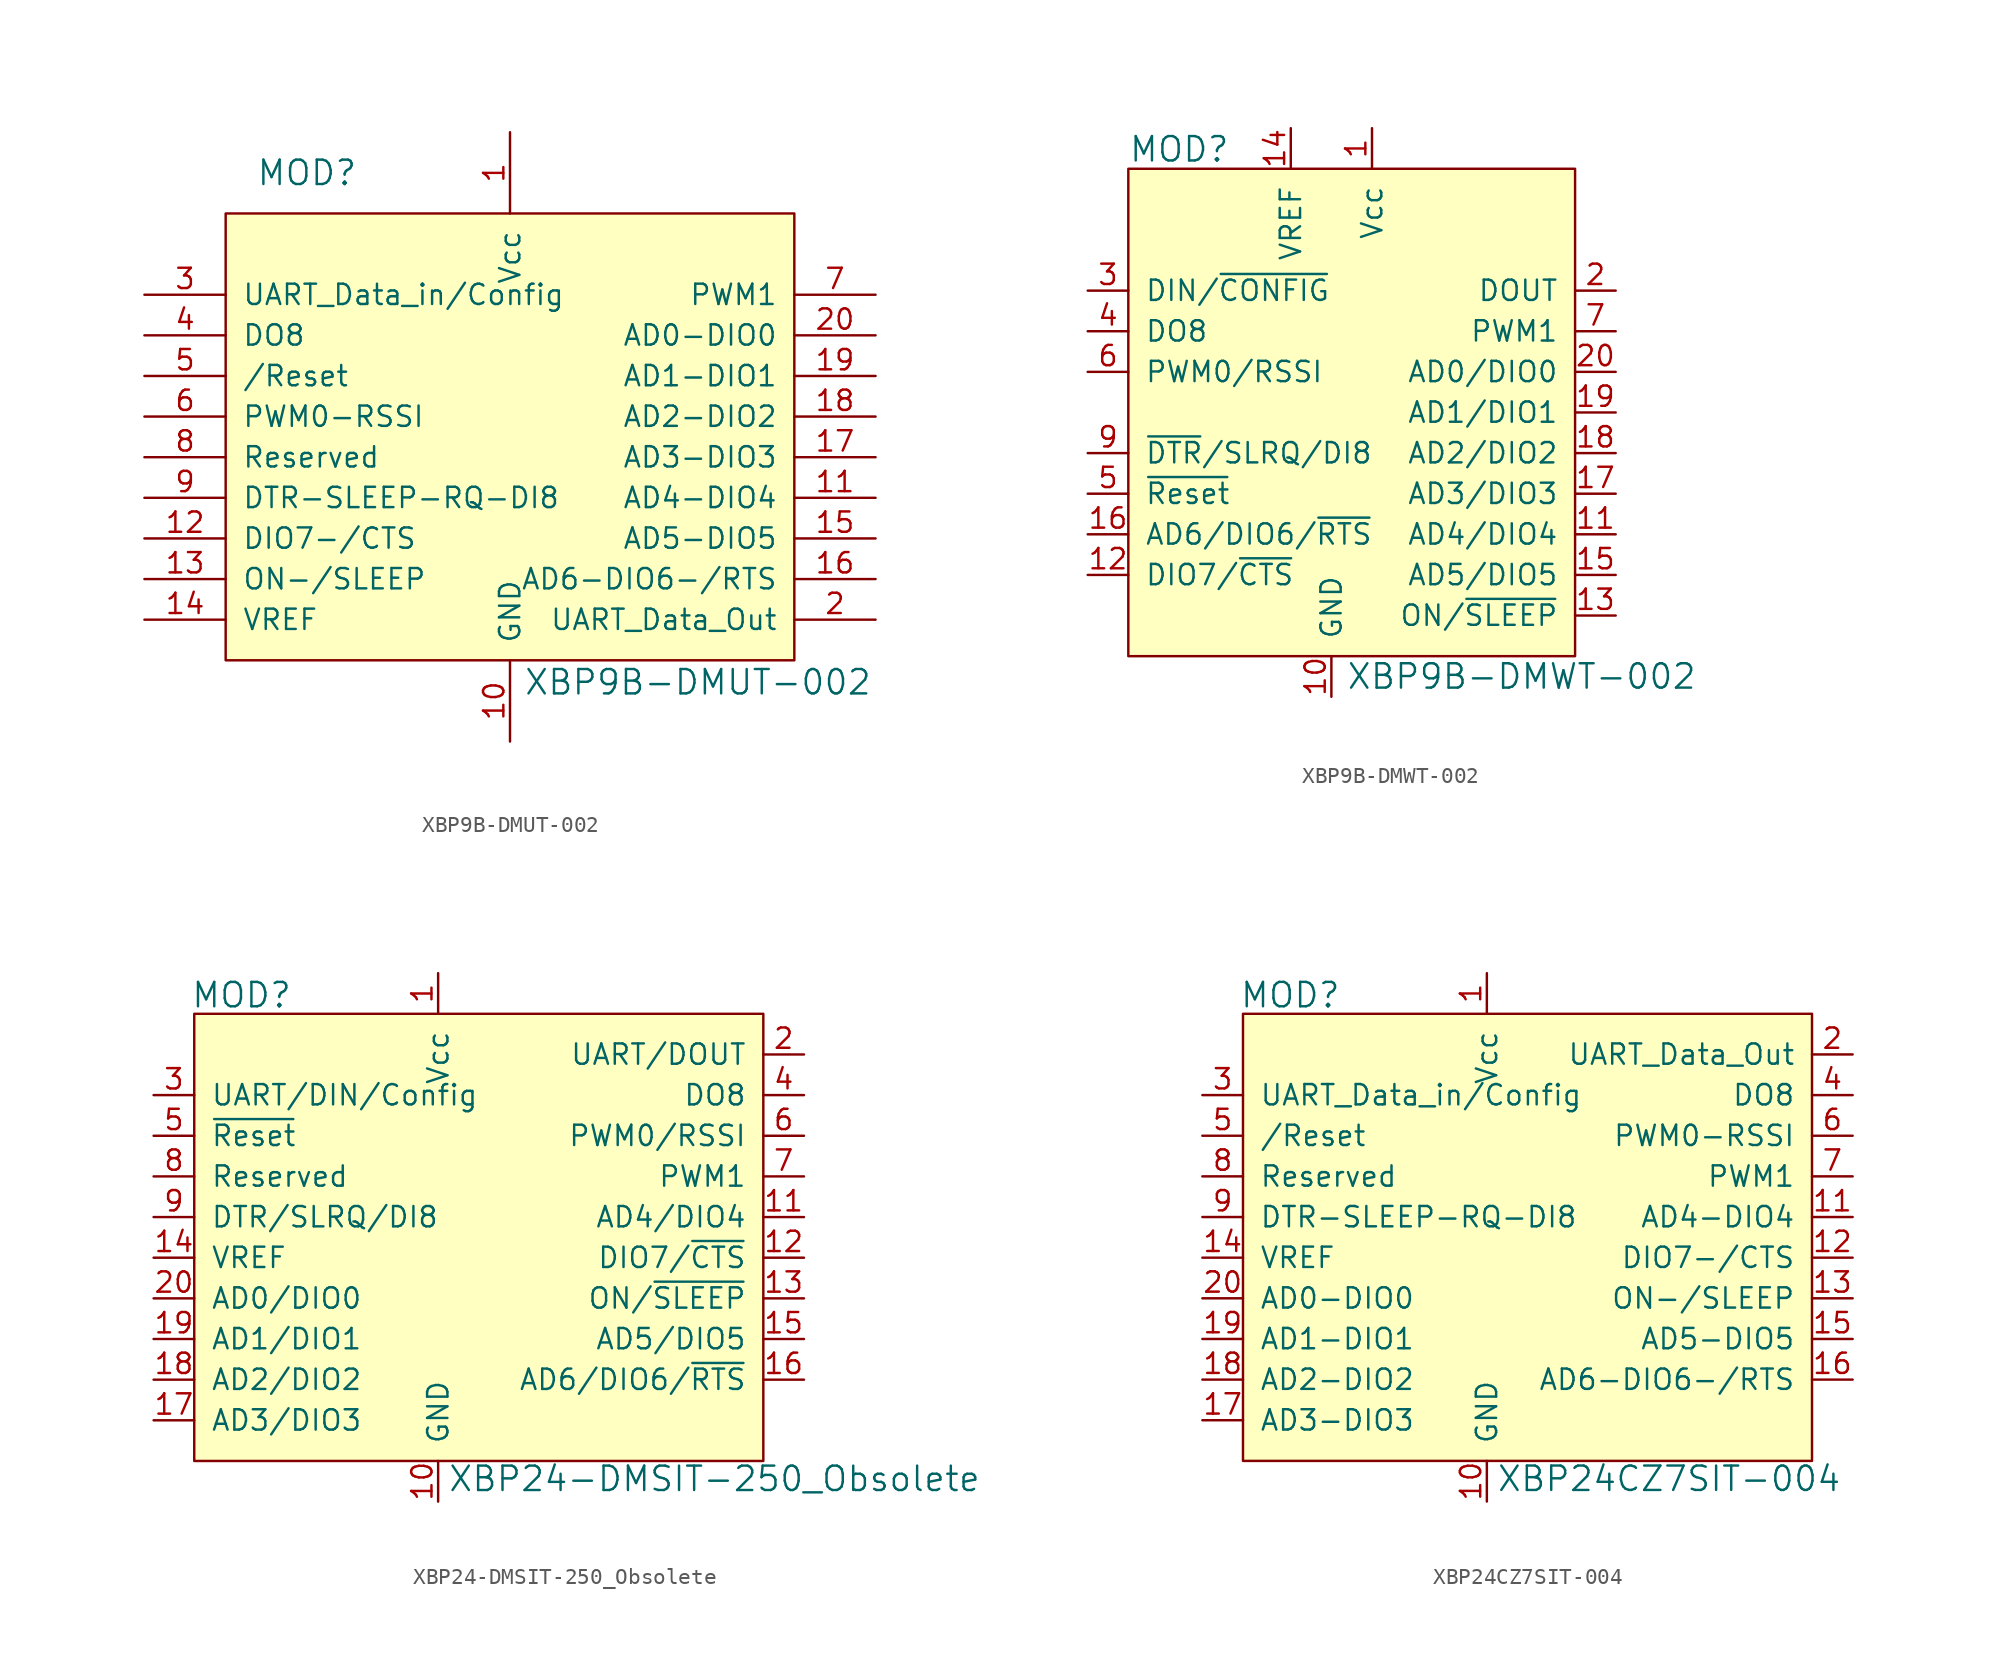
<source format=kicad_sym>
(kicad_symbol_lib
  (version 20231120)
  (generator "kicad_symbol_editor")
  (generator_version "8.0")
  (symbol "XBP9B-DMUT-002"
    (pin_names
      (offset 1.016))
    (property "Reference" "MOD"
      (at -12.7 10.16 0)
      (effects (font (size 1.524 1.524))))
    (property "Value" "XBP9B-DMUT-002"
      (at 0.838 -21.692 0)
      (effects (font (size 1.524 1.524)) (justify left)))
    (symbol "XBP9B-DMUT-002_0_1"
      (rectangle (start -17.78 7.62) (end 17.78 -20.32) (stroke (width 0) (type default)) (fill (type background))))
    (symbol "XBP9B-DMUT-002_1_1"
      (pin power_in line (at 0 12.7 270) (length 5.08) (name "Vcc" (effects (font (size 1.27 1.27)))) (number "1" (effects (font (size 1.27 1.27)))))
      (pin power_in line (at 0 -25.4 90) (length 5.08) (name "GND" (effects (font (size 1.27 1.27)))) (number "10" (effects (font (size 1.27 1.27)))))
      (pin bidirectional line (at 22.86 -10.16 180) (length 5.08) (name "AD4-DIO4" (effects (font (size 1.27 1.27)))) (number "11" (effects (font (size 1.27 1.27)))))
      (pin bidirectional line (at -22.86 -12.7 0) (length 5.08) (name "DIO7-/CTS" (effects (font (size 1.27 1.27)))) (number "12" (effects (font (size 1.27 1.27)))))
      (pin input line (at -22.86 -15.24 0) (length 5.08) (name "ON-/SLEEP" (effects (font (size 1.27 1.27)))) (number "13" (effects (font (size 1.27 1.27)))))
      (pin input line (at -22.86 -17.78 0) (length 5.08) (name "VREF" (effects (font (size 1.27 1.27)))) (number "14" (effects (font (size 1.27 1.27)))))
      (pin bidirectional line (at 22.86 -12.7 180) (length 5.08) (name "AD5-DIO5" (effects (font (size 1.27 1.27)))) (number "15" (effects (font (size 1.27 1.27)))))
      (pin bidirectional line (at 22.86 -15.24 180) (length 5.08) (name "AD6-DIO6-/RTS" (effects (font (size 1.27 1.27)))) (number "16" (effects (font (size 1.27 1.27)))))
      (pin bidirectional line (at 22.86 -7.62 180) (length 5.08) (name "AD3-DIO3" (effects (font (size 1.27 1.27)))) (number "17" (effects (font (size 1.27 1.27)))))
      (pin bidirectional line (at 22.86 -5.08 180) (length 5.08) (name "AD2-DIO2" (effects (font (size 1.27 1.27)))) (number "18" (effects (font (size 1.27 1.27)))))
      (pin bidirectional line (at 22.86 -2.54 180) (length 5.08) (name "AD1-DIO1" (effects (font (size 1.27 1.27)))) (number "19" (effects (font (size 1.27 1.27)))))
      (pin output line (at 22.86 -17.78 180) (length 5.08) (name "UART_Data_Out" (effects (font (size 1.27 1.27)))) (number "2" (effects (font (size 1.27 1.27)))))
      (pin bidirectional line (at 22.86 0 180) (length 5.08) (name "AD0-DIO0" (effects (font (size 1.27 1.27)))) (number "20" (effects (font (size 1.27 1.27)))))
      (pin input line (at -22.86 2.54 0) (length 5.08) (name "UART_Data_in/Config" (effects (font (size 1.27 1.27)))) (number "3" (effects (font (size 1.27 1.27)))))
      (pin bidirectional line (at -22.86 0 0) (length 5.08) (name "DO8" (effects (font (size 1.27 1.27)))) (number "4" (effects (font (size 1.27 1.27)))))
      (pin input line (at -22.86 -2.54 0) (length 5.08) (name "/Reset" (effects (font (size 1.27 1.27)))) (number "5" (effects (font (size 1.27 1.27)))))
      (pin bidirectional line (at -22.86 -5.08 0) (length 5.08) (name "PWM0-RSSI" (effects (font (size 1.27 1.27)))) (number "6" (effects (font (size 1.27 1.27)))))
      (pin output line (at 22.86 2.54 180) (length 5.08) (name "PWM1" (effects (font (size 1.27 1.27)))) (number "7" (effects (font (size 1.27 1.27)))))
      (pin bidirectional line (at -22.86 -7.62 0) (length 5.08) (name "Reserved" (effects (font (size 1.27 1.27)))) (number "8" (effects (font (size 1.27 1.27)))))
      (pin bidirectional line (at -22.86 -10.16 0) (length 5.08) (name "DTR-SLEEP-RQ-DI8" (effects (font (size 1.27 1.27)))) (number "9" (effects (font (size 1.27 1.27)))))))
  (symbol "XBP9B-DMWT-002"
    (pin_names
      (offset 1.016))
    (property "Reference" "MOD"
      (at -12.7 29.159 0)
      (effects (font (size 1.524 1.524)) (justify left)))
    (property "Value" "XBP9B-DMWT-002"
      (at 0.914 -3.81 0)
      (effects (font (size 1.524 1.524)) (justify left)))
    (symbol "XBP9B-DMWT-002_0_1"
      (rectangle (start -12.7 27.94) (end 15.24 -2.54) (stroke (width 0) (type default)) (fill (type background))))
    (symbol "XBP9B-DMWT-002_1_1"
      (pin power_in line (at 2.54 30.48 270) (length 2.54) (name "Vcc" (effects (font (size 1.27 1.27)))) (number "1" (effects (font (size 1.27 1.27)))))
      (pin power_in line (at 0 -5.08 90) (length 2.54) (name "GND" (effects (font (size 1.27 1.27)))) (number "10" (effects (font (size 1.27 1.27)))))
      (pin bidirectional line (at 17.78 5.08 180) (length 2.54) (name "AD4/DIO4" (effects (font (size 1.27 1.27)))) (number "11" (effects (font (size 1.27 1.27)))))
      (pin bidirectional line (at -15.24 2.54 0) (length 2.54) (name "DIO7/~{CTS}" (effects (font (size 1.27 1.27)))) (number "12" (effects (font (size 1.27 1.27)))))
      (pin input line (at 17.78 0 180) (length 2.54) (name "ON/~{SLEEP}" (effects (font (size 1.27 1.27)))) (number "13" (effects (font (size 1.27 1.27)))))
      (pin input line (at -2.54 30.48 270) (length 2.54) (name "VREF" (effects (font (size 1.27 1.27)))) (number "14" (effects (font (size 1.27 1.27)))))
      (pin bidirectional line (at 17.78 2.54 180) (length 2.54) (name "AD5/DIO5" (effects (font (size 1.27 1.27)))) (number "15" (effects (font (size 1.27 1.27)))))
      (pin bidirectional line (at -15.24 5.08 0) (length 2.54) (name "AD6/DIO6/~{RTS}" (effects (font (size 1.27 1.27)))) (number "16" (effects (font (size 1.27 1.27)))))
      (pin bidirectional line (at 17.78 7.62 180) (length 2.54) (name "AD3/DIO3" (effects (font (size 1.27 1.27)))) (number "17" (effects (font (size 1.27 1.27)))))
      (pin bidirectional line (at 17.78 10.16 180) (length 2.54) (name "AD2/DIO2" (effects (font (size 1.27 1.27)))) (number "18" (effects (font (size 1.27 1.27)))))
      (pin bidirectional line (at 17.78 12.7 180) (length 2.54) (name "AD1/DIO1" (effects (font (size 1.27 1.27)))) (number "19" (effects (font (size 1.27 1.27)))))
      (pin output line (at 17.78 20.32 180) (length 2.54) (name "DOUT" (effects (font (size 1.27 1.27)))) (number "2" (effects (font (size 1.27 1.27)))))
      (pin bidirectional line (at 17.78 15.24 180) (length 2.54) (name "AD0/DIO0" (effects (font (size 1.27 1.27)))) (number "20" (effects (font (size 1.27 1.27)))))
      (pin input line (at -15.24 20.32 0) (length 2.54) (name "DIN/~{CONFIG}" (effects (font (size 1.27 1.27)))) (number "3" (effects (font (size 1.27 1.27)))))
      (pin bidirectional line (at -15.24 17.78 0) (length 2.54) (name "DO8" (effects (font (size 1.27 1.27)))) (number "4" (effects (font (size 1.27 1.27)))))
      (pin input line (at -15.24 7.62 0) (length 2.54) (name "~{Reset}" (effects (font (size 1.27 1.27)))) (number "5" (effects (font (size 1.27 1.27)))))
      (pin bidirectional line (at -15.24 15.24 0) (length 2.54) (name "PWM0/RSSI" (effects (font (size 1.27 1.27)))) (number "6" (effects (font (size 1.27 1.27)))))
      (pin output line (at 17.78 17.78 180) (length 2.54) (name "PWM1" (effects (font (size 1.27 1.27)))) (number "7" (effects (font (size 1.27 1.27)))))
      (pin no_connect line (at -12.7 12.7 0) (length 2.54) hide (name "Reserved" (effects (font (size 1.27 1.27)))) (number "8" (effects (font (size 1.27 1.27)))))
      (pin bidirectional line (at -15.24 10.16 0) (length 2.54) (name "~{DTR}/SLRQ/DI8" (effects (font (size 1.27 1.27)))) (number "9" (effects (font (size 1.27 1.27)))))))
  (symbol "XBP24-DMSIT-250_Obsolete"
    (pin_names
      (offset 1.016))
    (property "Reference" "MOD"
      (at -18.009 18.948 0)
      (effects (font (size 1.524 1.524)) (justify left)))
    (property "Value" "XBP24-DMSIT-250_Obsolete"
      (at -1.956 -11.278 0)
      (effects (font (size 1.524 1.524)) (justify left)))
    (symbol "XBP24-DMSIT-250_Obsolete_0_1"
      (rectangle (start -17.78 17.78) (end 17.78 -10.16) (stroke (width 0) (type default)) (fill (type background))))
    (symbol "XBP24-DMSIT-250_Obsolete_1_1"
      (pin power_in line (at -2.54 20.32 270) (length 2.54) (name "Vcc" (effects (font (size 1.27 1.27)))) (number "1" (effects (font (size 1.27 1.27)))))
      (pin power_in line (at -2.54 -12.7 90) (length 2.54) (name "GND" (effects (font (size 1.27 1.27)))) (number "10" (effects (font (size 1.27 1.27)))))
      (pin bidirectional line (at 20.32 5.08 180) (length 2.54) (name "AD4/DIO4" (effects (font (size 1.27 1.27)))) (number "11" (effects (font (size 1.27 1.27)))))
      (pin bidirectional line (at 20.32 2.54 180) (length 2.54) (name "DIO7/~{CTS}" (effects (font (size 1.27 1.27)))) (number "12" (effects (font (size 1.27 1.27)))))
      (pin output line (at 20.32 0 180) (length 2.54) (name "ON/~{SLEEP}" (effects (font (size 1.27 1.27)))) (number "13" (effects (font (size 1.27 1.27)))))
      (pin input line (at -20.32 2.54 0) (length 2.54) (name "VREF" (effects (font (size 1.27 1.27)))) (number "14" (effects (font (size 1.27 1.27)))))
      (pin bidirectional line (at 20.32 -2.54 180) (length 2.54) (name "AD5/DIO5" (effects (font (size 1.27 1.27)))) (number "15" (effects (font (size 1.27 1.27)))))
      (pin bidirectional line (at 20.32 -5.08 180) (length 2.54) (name "AD6/DIO6/~{RTS}" (effects (font (size 1.27 1.27)))) (number "16" (effects (font (size 1.27 1.27)))))
      (pin bidirectional line (at -20.32 -7.62 0) (length 2.54) (name "AD3/DIO3" (effects (font (size 1.27 1.27)))) (number "17" (effects (font (size 1.27 1.27)))))
      (pin bidirectional line (at -20.32 -5.08 0) (length 2.54) (name "AD2/DIO2" (effects (font (size 1.27 1.27)))) (number "18" (effects (font (size 1.27 1.27)))))
      (pin bidirectional line (at -20.32 -2.54 0) (length 2.54) (name "AD1/DIO1" (effects (font (size 1.27 1.27)))) (number "19" (effects (font (size 1.27 1.27)))))
      (pin output line (at 20.32 15.24 180) (length 2.54) (name "UART/DOUT" (effects (font (size 1.27 1.27)))) (number "2" (effects (font (size 1.27 1.27)))))
      (pin bidirectional line (at -20.32 0 0) (length 2.54) (name "AD0/DIO0" (effects (font (size 1.27 1.27)))) (number "20" (effects (font (size 1.27 1.27)))))
      (pin input line (at -20.32 12.7 0) (length 2.54) (name "UART/DIN/Config" (effects (font (size 1.27 1.27)))) (number "3" (effects (font (size 1.27 1.27)))))
      (pin output line (at 20.32 12.7 180) (length 2.54) (name "DO8" (effects (font (size 1.27 1.27)))) (number "4" (effects (font (size 1.27 1.27)))))
      (pin input line (at -20.32 10.16 0) (length 2.54) (name "~{Reset}" (effects (font (size 1.27 1.27)))) (number "5" (effects (font (size 1.27 1.27)))))
      (pin output line (at 20.32 10.16 180) (length 2.54) (name "PWM0/RSSI" (effects (font (size 1.27 1.27)))) (number "6" (effects (font (size 1.27 1.27)))))
      (pin output line (at 20.32 7.62 180) (length 2.54) (name "PWM1" (effects (font (size 1.27 1.27)))) (number "7" (effects (font (size 1.27 1.27)))))
      (pin bidirectional line (at -20.32 7.62 0) (length 2.54) (name "Reserved" (effects (font (size 1.27 1.27)))) (number "8" (effects (font (size 1.27 1.27)))))
      (pin input line (at -20.32 5.08 0) (length 2.54) (name "DTR/SLRQ/DI8" (effects (font (size 1.27 1.27)))) (number "9" (effects (font (size 1.27 1.27)))))))
  (symbol "XBP24CZ7SIT-004"
    (pin_names
      (offset 1.016))
    (property "Reference" "MOD"
      (at -18.009 18.948 0)
      (effects (font (size 1.524 1.524)) (justify left)))
    (property "Value" "XBP24CZ7SIT-004"
      (at -1.956 -11.278 0)
      (effects (font (size 1.524 1.524)) (justify left)))
    (symbol "XBP24CZ7SIT-004_0_1"
      (rectangle (start -17.78 17.78) (end 17.78 -10.16) (stroke (width 0) (type default)) (fill (type background))))
    (symbol "XBP24CZ7SIT-004_1_1"
      (pin power_in line (at -2.54 20.32 270) (length 2.54) (name "Vcc" (effects (font (size 1.27 1.27)))) (number "1" (effects (font (size 1.27 1.27)))))
      (pin power_in line (at -2.54 -12.7 90) (length 2.54) (name "GND" (effects (font (size 1.27 1.27)))) (number "10" (effects (font (size 1.27 1.27)))))
      (pin bidirectional line (at 20.32 5.08 180) (length 2.54) (name "AD4-DIO4" (effects (font (size 1.27 1.27)))) (number "11" (effects (font (size 1.27 1.27)))))
      (pin bidirectional line (at 20.32 2.54 180) (length 2.54) (name "DIO7-/CTS" (effects (font (size 1.27 1.27)))) (number "12" (effects (font (size 1.27 1.27)))))
      (pin output line (at 20.32 0 180) (length 2.54) (name "ON-/SLEEP" (effects (font (size 1.27 1.27)))) (number "13" (effects (font (size 1.27 1.27)))))
      (pin input line (at -20.32 2.54 0) (length 2.54) (name "VREF" (effects (font (size 1.27 1.27)))) (number "14" (effects (font (size 1.27 1.27)))))
      (pin bidirectional line (at 20.32 -2.54 180) (length 2.54) (name "AD5-DIO5" (effects (font (size 1.27 1.27)))) (number "15" (effects (font (size 1.27 1.27)))))
      (pin bidirectional line (at 20.32 -5.08 180) (length 2.54) (name "AD6-DIO6-/RTS" (effects (font (size 1.27 1.27)))) (number "16" (effects (font (size 1.27 1.27)))))
      (pin bidirectional line (at -20.32 -7.62 0) (length 2.54) (name "AD3-DIO3" (effects (font (size 1.27 1.27)))) (number "17" (effects (font (size 1.27 1.27)))))
      (pin bidirectional line (at -20.32 -5.08 0) (length 2.54) (name "AD2-DIO2" (effects (font (size 1.27 1.27)))) (number "18" (effects (font (size 1.27 1.27)))))
      (pin bidirectional line (at -20.32 -2.54 0) (length 2.54) (name "AD1-DIO1" (effects (font (size 1.27 1.27)))) (number "19" (effects (font (size 1.27 1.27)))))
      (pin output line (at 20.32 15.24 180) (length 2.54) (name "UART_Data_Out" (effects (font (size 1.27 1.27)))) (number "2" (effects (font (size 1.27 1.27)))))
      (pin bidirectional line (at -20.32 0 0) (length 2.54) (name "AD0-DIO0" (effects (font (size 1.27 1.27)))) (number "20" (effects (font (size 1.27 1.27)))))
      (pin input line (at -20.32 12.7 0) (length 2.54) (name "UART_Data_in/Config" (effects (font (size 1.27 1.27)))) (number "3" (effects (font (size 1.27 1.27)))))
      (pin output line (at 20.32 12.7 180) (length 2.54) (name "DO8" (effects (font (size 1.27 1.27)))) (number "4" (effects (font (size 1.27 1.27)))))
      (pin input line (at -20.32 10.16 0) (length 2.54) (name "/Reset" (effects (font (size 1.27 1.27)))) (number "5" (effects (font (size 1.27 1.27)))))
      (pin output line (at 20.32 10.16 180) (length 2.54) (name "PWM0-RSSI" (effects (font (size 1.27 1.27)))) (number "6" (effects (font (size 1.27 1.27)))))
      (pin output line (at 20.32 7.62 180) (length 2.54) (name "PWM1" (effects (font (size 1.27 1.27)))) (number "7" (effects (font (size 1.27 1.27)))))
      (pin bidirectional line (at -20.32 7.62 0) (length 2.54) (name "Reserved" (effects (font (size 1.27 1.27)))) (number "8" (effects (font (size 1.27 1.27)))))
      (pin input line (at -20.32 5.08 0) (length 2.54) (name "DTR-SLEEP-RQ-DI8" (effects (font (size 1.27 1.27)))) (number "9" (effects (font (size 1.27 1.27))))))))
</source>
